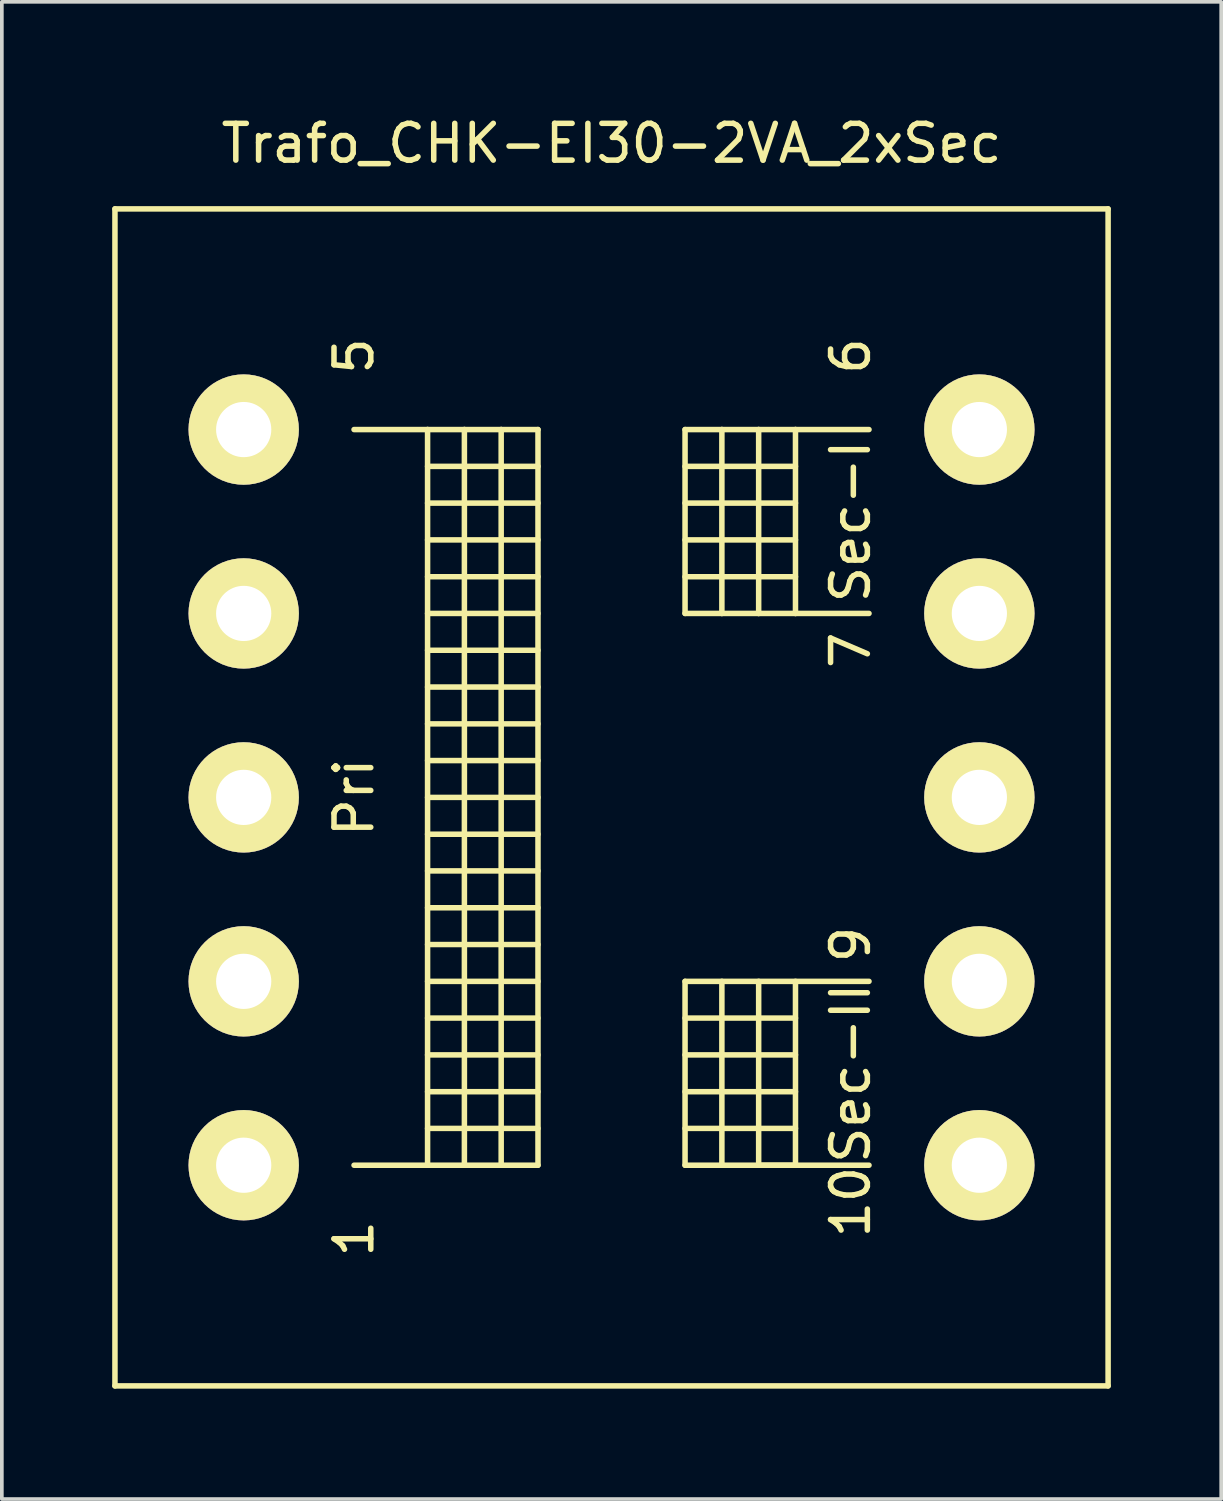
<source format=kicad_pcb>
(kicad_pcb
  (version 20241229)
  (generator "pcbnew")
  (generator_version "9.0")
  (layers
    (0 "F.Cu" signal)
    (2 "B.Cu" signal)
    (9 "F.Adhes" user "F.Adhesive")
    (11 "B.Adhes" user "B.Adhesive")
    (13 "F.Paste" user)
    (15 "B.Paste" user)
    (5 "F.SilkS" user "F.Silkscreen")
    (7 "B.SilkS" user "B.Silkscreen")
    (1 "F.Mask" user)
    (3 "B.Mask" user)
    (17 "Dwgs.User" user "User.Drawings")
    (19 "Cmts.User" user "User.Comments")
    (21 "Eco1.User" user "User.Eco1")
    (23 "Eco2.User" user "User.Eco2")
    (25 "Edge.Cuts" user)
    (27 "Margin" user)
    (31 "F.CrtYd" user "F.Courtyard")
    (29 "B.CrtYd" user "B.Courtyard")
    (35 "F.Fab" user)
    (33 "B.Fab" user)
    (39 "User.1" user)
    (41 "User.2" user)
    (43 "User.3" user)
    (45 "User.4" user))
  (footprint "Trafo_CHK-EI30-2VA_2xSec"
    (layer "F.Cu")
    (at 13.575 18.628)
    (property "Reference" "Trafo_CHK-EI30-2VA_2xSec" (at 0 -17.78 0) (layer "F.SilkS") (effects (font (size 1 1) (thickness 0.15))))
    (attr through_hole)
    (fp_line (start -13.5 -15.999) (end -13.5 15.999) (stroke (width 0.15) (type solid)) (layer "F.SilkS"))
    (fp_line (start -13.5 15.999) (end 13.5 15.999) (stroke (width 0.15) (type solid)) (layer "F.SilkS"))
    (fp_line (start -7 -10) (end -5.001 -10) (stroke (width 0.15) (type solid)) (layer "F.SilkS"))
    (fp_line (start -5.001 -10) (end -5.001 10) (stroke (width 0.15) (type solid)) (layer "F.SilkS"))
    (fp_line (start -5.001 -10) (end -4 -10) (stroke (width 0.15) (type solid)) (layer "F.SilkS"))
    (fp_line (start -5.001 -8.999) (end -1.999 -8.999) (stroke (width 0.15) (type solid)) (layer "F.SilkS"))
    (fp_line (start -5.001 -7) (end -1.999 -7) (stroke (width 0.15) (type solid)) (layer "F.SilkS"))
    (fp_line (start -5.001 -5.001) (end -1.999 -5.001) (stroke (width 0.15) (type solid)) (layer "F.SilkS"))
    (fp_line (start -5.001 -3) (end -1.999 -3) (stroke (width 0.15) (type solid)) (layer "F.SilkS"))
    (fp_line (start -5.001 -1.001) (end -1.999 -1.001) (stroke (width 0.15) (type solid)) (layer "F.SilkS"))
    (fp_line (start -5.001 1.001) (end -1.999 1.001) (stroke (width 0.15) (type solid)) (layer "F.SilkS"))
    (fp_line (start -5.001 3) (end -1.999 3) (stroke (width 0.15) (type solid)) (layer "F.SilkS"))
    (fp_line (start -5.001 5.001) (end -1.999 5.001) (stroke (width 0.15) (type solid)) (layer "F.SilkS"))
    (fp_line (start -5.001 7) (end -1.999 7) (stroke (width 0.15) (type solid)) (layer "F.SilkS"))
    (fp_line (start -5.001 8.999) (end -1.999 8.999) (stroke (width 0.15) (type solid)) (layer "F.SilkS"))
    (fp_line (start -5.001 10) (end -7 10) (stroke (width 0.15) (type solid)) (layer "F.SilkS"))
    (fp_line (start -4 -10) (end -4 10) (stroke (width 0.15) (type solid)) (layer "F.SilkS"))
    (fp_line (start -4 -10) (end -3 -10) (stroke (width 0.15) (type solid)) (layer "F.SilkS"))
    (fp_line (start -4 10) (end -5.001 10) (stroke (width 0.15) (type solid)) (layer "F.SilkS"))
    (fp_line (start -3 -10) (end -3 10) (stroke (width 0.15) (type solid)) (layer "F.SilkS"))
    (fp_line (start -3 -10) (end -1.999 -10) (stroke (width 0.15) (type solid)) (layer "F.SilkS"))
    (fp_line (start -3 10) (end -4 10) (stroke (width 0.15) (type solid)) (layer "F.SilkS"))
    (fp_line (start -1.999 -10) (end -1.999 10) (stroke (width 0.15) (type solid)) (layer "F.SilkS"))
    (fp_line (start -1.999 -8.001) (end -5.001 -8.001) (stroke (width 0.15) (type solid)) (layer "F.SilkS"))
    (fp_line (start -1.999 -5.999) (end -5.001 -5.999) (stroke (width 0.15) (type solid)) (layer "F.SilkS"))
    (fp_line (start -1.999 -4) (end -5.001 -4) (stroke (width 0.15) (type solid)) (layer "F.SilkS"))
    (fp_line (start -1.999 -1.999) (end -5.001 -1.999) (stroke (width 0.15) (type solid)) (layer "F.SilkS"))
    (fp_line (start -1.999 0) (end -5.001 0) (stroke (width 0.15) (type solid)) (layer "F.SilkS"))
    (fp_line (start -1.999 1.999) (end -5.001 1.999) (stroke (width 0.15) (type solid)) (layer "F.SilkS"))
    (fp_line (start -1.999 4) (end -5.001 4) (stroke (width 0.15) (type solid)) (layer "F.SilkS"))
    (fp_line (start -1.999 5.999) (end -5.001 5.999) (stroke (width 0.15) (type solid)) (layer "F.SilkS"))
    (fp_line (start -1.999 8.001) (end -5.001 8.001) (stroke (width 0.15) (type solid)) (layer "F.SilkS"))
    (fp_line (start -1.999 10) (end -3 10) (stroke (width 0.15) (type solid)) (layer "F.SilkS"))
    (fp_line (start 1.999 -10) (end 1.999 -5.001) (stroke (width 0.15) (type solid)) (layer "F.SilkS"))
    (fp_line (start 1.999 -8.999) (end 5.001 -8.999) (stroke (width 0.15) (type solid)) (layer "F.SilkS"))
    (fp_line (start 1.999 -7) (end 5.001 -7) (stroke (width 0.15) (type solid)) (layer "F.SilkS"))
    (fp_line (start 1.999 -5.001) (end 3 -5.001) (stroke (width 0.15) (type solid)) (layer "F.SilkS"))
    (fp_line (start 1.999 5.001) (end 1.999 10) (stroke (width 0.15) (type solid)) (layer "F.SilkS"))
    (fp_line (start 1.999 5.999) (end 5.001 5.999) (stroke (width 0.15) (type solid)) (layer "F.SilkS"))
    (fp_line (start 1.999 8.001) (end 5.001 8.001) (stroke (width 0.15) (type solid)) (layer "F.SilkS"))
    (fp_line (start 1.999 10) (end 7 10) (stroke (width 0.15) (type solid)) (layer "F.SilkS"))
    (fp_line (start 3 -10) (end 1.999 -10) (stroke (width 0.15) (type solid)) (layer "F.SilkS"))
    (fp_line (start 3 -10) (end 3 -5.001) (stroke (width 0.15) (type solid)) (layer "F.SilkS"))
    (fp_line (start 3 -5.001) (end 4 -5.001) (stroke (width 0.15) (type solid)) (layer "F.SilkS"))
    (fp_line (start 3 5.001) (end 3 10) (stroke (width 0.15) (type solid)) (layer "F.SilkS"))
    (fp_line (start 4 -10) (end 3 -10) (stroke (width 0.15) (type solid)) (layer "F.SilkS"))
    (fp_line (start 4 -10) (end 4 -5.001) (stroke (width 0.15) (type solid)) (layer "F.SilkS"))
    (fp_line (start 4 -5.001) (end 5.001 -5.001) (stroke (width 0.15) (type solid)) (layer "F.SilkS"))
    (fp_line (start 4 10) (end 4 5.001) (stroke (width 0.15) (type solid)) (layer "F.SilkS"))
    (fp_line (start 5.001 -10) (end 4 -10) (stroke (width 0.15) (type solid)) (layer "F.SilkS"))
    (fp_line (start 5.001 -10) (end 5.001 -5.001) (stroke (width 0.15) (type solid)) (layer "F.SilkS"))
    (fp_line (start 5.001 -8.001) (end 1.999 -8.001) (stroke (width 0.15) (type solid)) (layer "F.SilkS"))
    (fp_line (start 5.001 -5.999) (end 1.999 -5.999) (stroke (width 0.15) (type solid)) (layer "F.SilkS"))
    (fp_line (start 5.001 -5.001) (end 7 -5.001) (stroke (width 0.15) (type solid)) (layer "F.SilkS"))
    (fp_line (start 5.001 5.001) (end 5.001 10) (stroke (width 0.15) (type solid)) (layer "F.SilkS"))
    (fp_line (start 5.001 7) (end 1.999 7) (stroke (width 0.15) (type solid)) (layer "F.SilkS"))
    (fp_line (start 5.001 8.999) (end 1.999 8.999) (stroke (width 0.15) (type solid)) (layer "F.SilkS"))
    (fp_line (start 5.001 10) (end 4 10) (stroke (width 0.15) (type solid)) (layer "F.SilkS"))
    (fp_line (start 7 -10) (end 5.001 -10) (stroke (width 0.15) (type solid)) (layer "F.SilkS"))
    (fp_line (start 7 5.001) (end 1.999 5.001) (stroke (width 0.15) (type solid)) (layer "F.SilkS"))
    (fp_line (start 13.5 -15.999) (end -13.5 -15.999) (stroke (width 0.15) (type solid)) (layer "F.SilkS"))
    (fp_line (start 13.5 15.999) (end 13.5 -15.999) (stroke (width 0.15) (type solid)) (layer "F.SilkS"))
    (fp_text user "7" (at 6.5 -4 90) (layer "F.SilkS") (effects (font (size 1 1) (thickness 0.15))))
    (fp_text user "1" (at -7 11.999 90) (layer "F.SilkS") (effects (font (size 1 1) (thickness 0.15))))
    (fp_text user "10" (at 6.5 11.001 90) (layer "F.SilkS") (effects (font (size 1 1) (thickness 0.15))))
    (fp_text user "5" (at -7 -11.999 90) (layer "F.SilkS") (effects (font (size 1 1) (thickness 0.15))))
    (fp_text user "9" (at 6.5 4 90) (layer "F.SilkS") (effects (font (size 1 1) (thickness 0.15))))
    (fp_text user "Sec-I" (at 6.5 -7.501 90) (layer "F.SilkS") (effects (font (size 1 1) (thickness 0.15))))
    (fp_text user "Pri" (at -7 0 90) (layer "F.SilkS") (effects (font (size 1 1) (thickness 0.15))))
    (fp_text user "6" (at 6.5 -11.999 90) (layer "F.SilkS") (effects (font (size 1 1) (thickness 0.15))))
    (fp_text user "Sec-II" (at 6.5 7.501 90) (layer "F.SilkS") (effects (font (size 1 1) (thickness 0.15))))
    (pad "1" thru_hole circle (at -10 10) (size 3 3) (drill 1.501) (layers "*.Cu" "*.Mask" "F.SilkS"))
    (pad "2" thru_hole circle (at -10 5.001) (size 3 3) (drill 1.501) (layers "*.Cu" "*.Mask" "F.SilkS"))
    (pad "3" thru_hole circle (at -10 0) (size 3 3) (drill 1.501) (layers "*.Cu" "*.Mask" "F.SilkS"))
    (pad "4" thru_hole circle (at -10 -5.001) (size 3 3) (drill 1.501) (layers "*.Cu" "*.Mask" "F.SilkS"))
    (pad "5" thru_hole circle (at -10 -10) (size 3 3) (drill 1.501) (layers "*.Cu" "*.Mask" "F.SilkS"))
    (pad "6" thru_hole circle (at 10 -10) (size 3 3) (drill 1.501) (layers "*.Cu" "*.Mask" "F.SilkS"))
    (pad "7" thru_hole circle (at 10 -5.001) (size 3 3) (drill 1.501) (layers "*.Cu" "*.Mask" "F.SilkS"))
    (pad "8" thru_hole circle (at 10 0) (size 3 3) (drill 1.501) (layers "*.Cu" "*.Mask" "F.SilkS"))
    (pad "9" thru_hole circle (at 10 5.001) (size 3 3) (drill 1.501) (layers "*.Cu" "*.Mask" "F.SilkS"))
    (pad "10" thru_hole circle (at 10 10) (size 3 3) (drill 1.501) (layers "*.Cu" "*.Mask" "F.SilkS")))
  (gr_rect
    (start -3 -3)
    (end 30.15 37.703)
    (stroke (width 0.1) (type default))
    (fill no)
    (layer "Edge.Cuts")))
</source>
